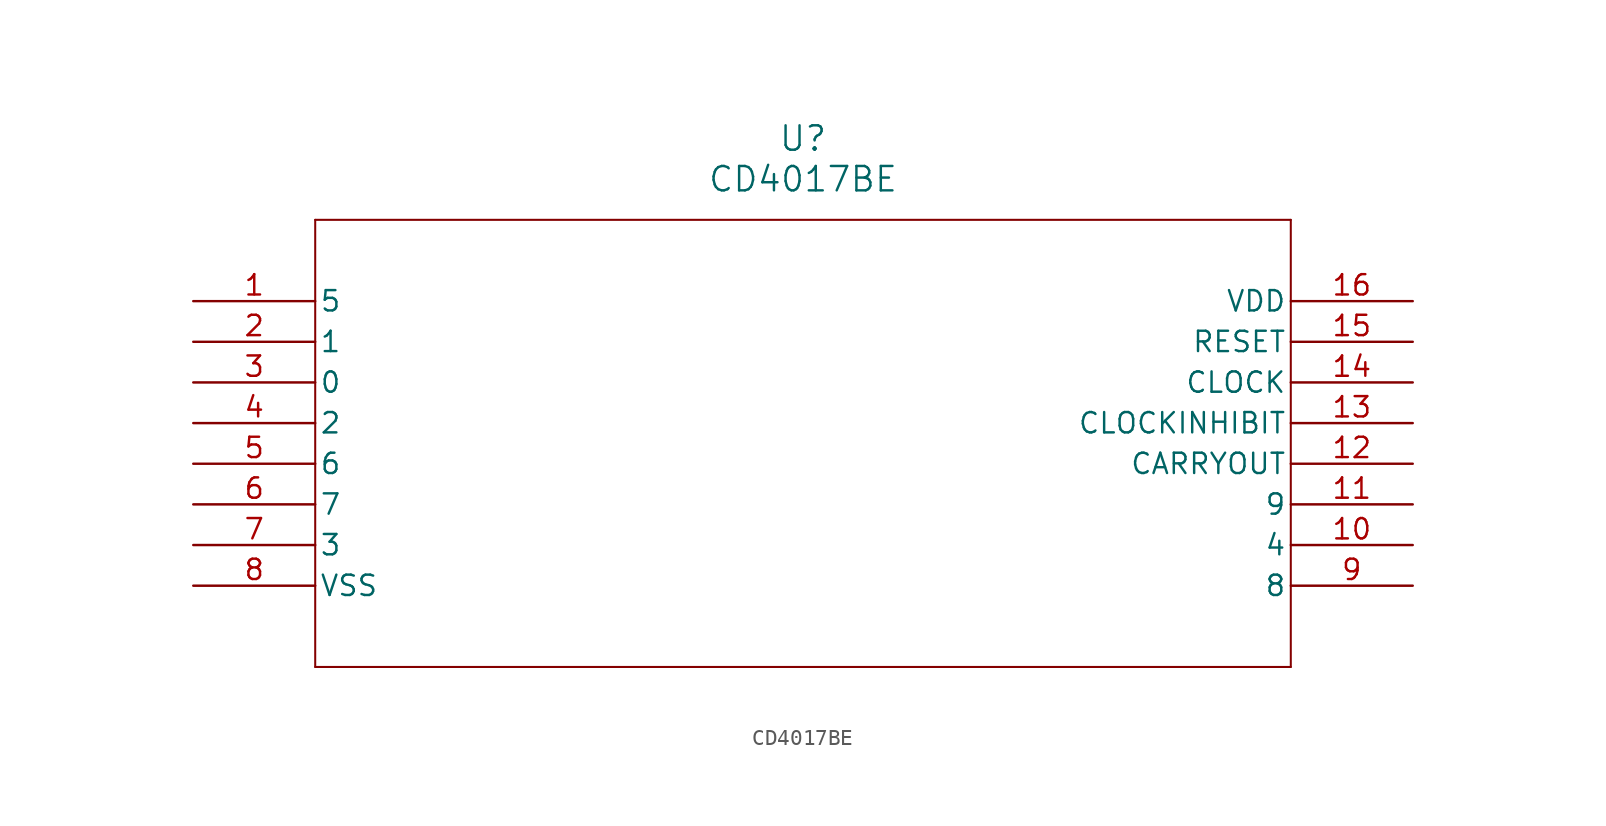
<source format=kicad_sym>
(kicad_symbol_lib
  (version 20211014)
  (generator kicad_symbol_editor)
  (symbol "CD4017BE"
    (pin_names
      (offset 0.254))
    (property "Reference" "U"
      (at 38.1 10.16 0)
      (effects (font (size 1.524 1.524))))
    (property "Value" "CD4017BE"
      (at 38.1 7.62 0)
      (effects (font (size 1.524 1.524))))
    (symbol "CD4017BE_0_1"
      (polyline (pts (xy 7.62 5.08) (xy 7.62 -22.86)) (stroke (width 0.127) (type default) (color 0 0 0 0)) (fill (type none)))
      (polyline (pts (xy 7.62 -22.86) (xy 68.58 -22.86)) (stroke (width 0.127) (type default) (color 0 0 0 0)) (fill (type none)))
      (polyline (pts (xy 68.58 -22.86) (xy 68.58 5.08)) (stroke (width 0.127) (type default) (color 0 0 0 0)) (fill (type none)))
      (polyline (pts (xy 68.58 5.08) (xy 7.62 5.08)) (stroke (width 0.127) (type default) (color 0 0 0 0)) (fill (type none)))
      (pin unspecified line (at 0 0 0) (length 7.62) (name "5" (effects (font (size 1.27 1.27)))) (number "1" (effects (font (size 1.27 1.27)))))
      (pin unspecified line (at 0 -2.54 0) (length 7.62) (name "1" (effects (font (size 1.27 1.27)))) (number "2" (effects (font (size 1.27 1.27)))))
      (pin unspecified line (at 0 -5.08 0) (length 7.62) (name "0" (effects (font (size 1.27 1.27)))) (number "3" (effects (font (size 1.27 1.27)))))
      (pin unspecified line (at 0 -7.62 0) (length 7.62) (name "2" (effects (font (size 1.27 1.27)))) (number "4" (effects (font (size 1.27 1.27)))))
      (pin unspecified line (at 0 -10.16 0) (length 7.62) (name "6" (effects (font (size 1.27 1.27)))) (number "5" (effects (font (size 1.27 1.27)))))
      (pin unspecified line (at 0 -12.7 0) (length 7.62) (name "7" (effects (font (size 1.27 1.27)))) (number "6" (effects (font (size 1.27 1.27)))))
      (pin unspecified line (at 0 -15.24 0) (length 7.62) (name "3" (effects (font (size 1.27 1.27)))) (number "7" (effects (font (size 1.27 1.27)))))
      (pin power_in line (at 0 -17.78 0) (length 7.62) (name "VSS" (effects (font (size 1.27 1.27)))) (number "8" (effects (font (size 1.27 1.27)))))
      (pin unspecified line (at 76.2 -17.78 180) (length 7.62) (name "8" (effects (font (size 1.27 1.27)))) (number "9" (effects (font (size 1.27 1.27)))))
      (pin unspecified line (at 76.2 -15.24 180) (length 7.62) (name "4" (effects (font (size 1.27 1.27)))) (number "10" (effects (font (size 1.27 1.27)))))
      (pin unspecified line (at 76.2 -12.7 180) (length 7.62) (name "9" (effects (font (size 1.27 1.27)))) (number "11" (effects (font (size 1.27 1.27)))))
      (pin output line (at 76.2 -10.16 180) (length 7.62) (name "CARRYOUT" (effects (font (size 1.27 1.27)))) (number "12" (effects (font (size 1.27 1.27)))))
      (pin input line (at 76.2 -7.62 180) (length 7.62) (name "CLOCKINHIBIT" (effects (font (size 1.27 1.27)))) (number "13" (effects (font (size 1.27 1.27)))))
      (pin unspecified line (at 76.2 -5.08 180) (length 7.62) (name "CLOCK" (effects (font (size 1.27 1.27)))) (number "14" (effects (font (size 1.27 1.27)))))
      (pin unspecified line (at 76.2 -2.54 180) (length 7.62) (name "RESET" (effects (font (size 1.27 1.27)))) (number "15" (effects (font (size 1.27 1.27)))))
      (pin power_in line (at 76.2 0 180) (length 7.62) (name "VDD" (effects (font (size 1.27 1.27)))) (number "16" (effects (font (size 1.27 1.27))))))))
</source>
